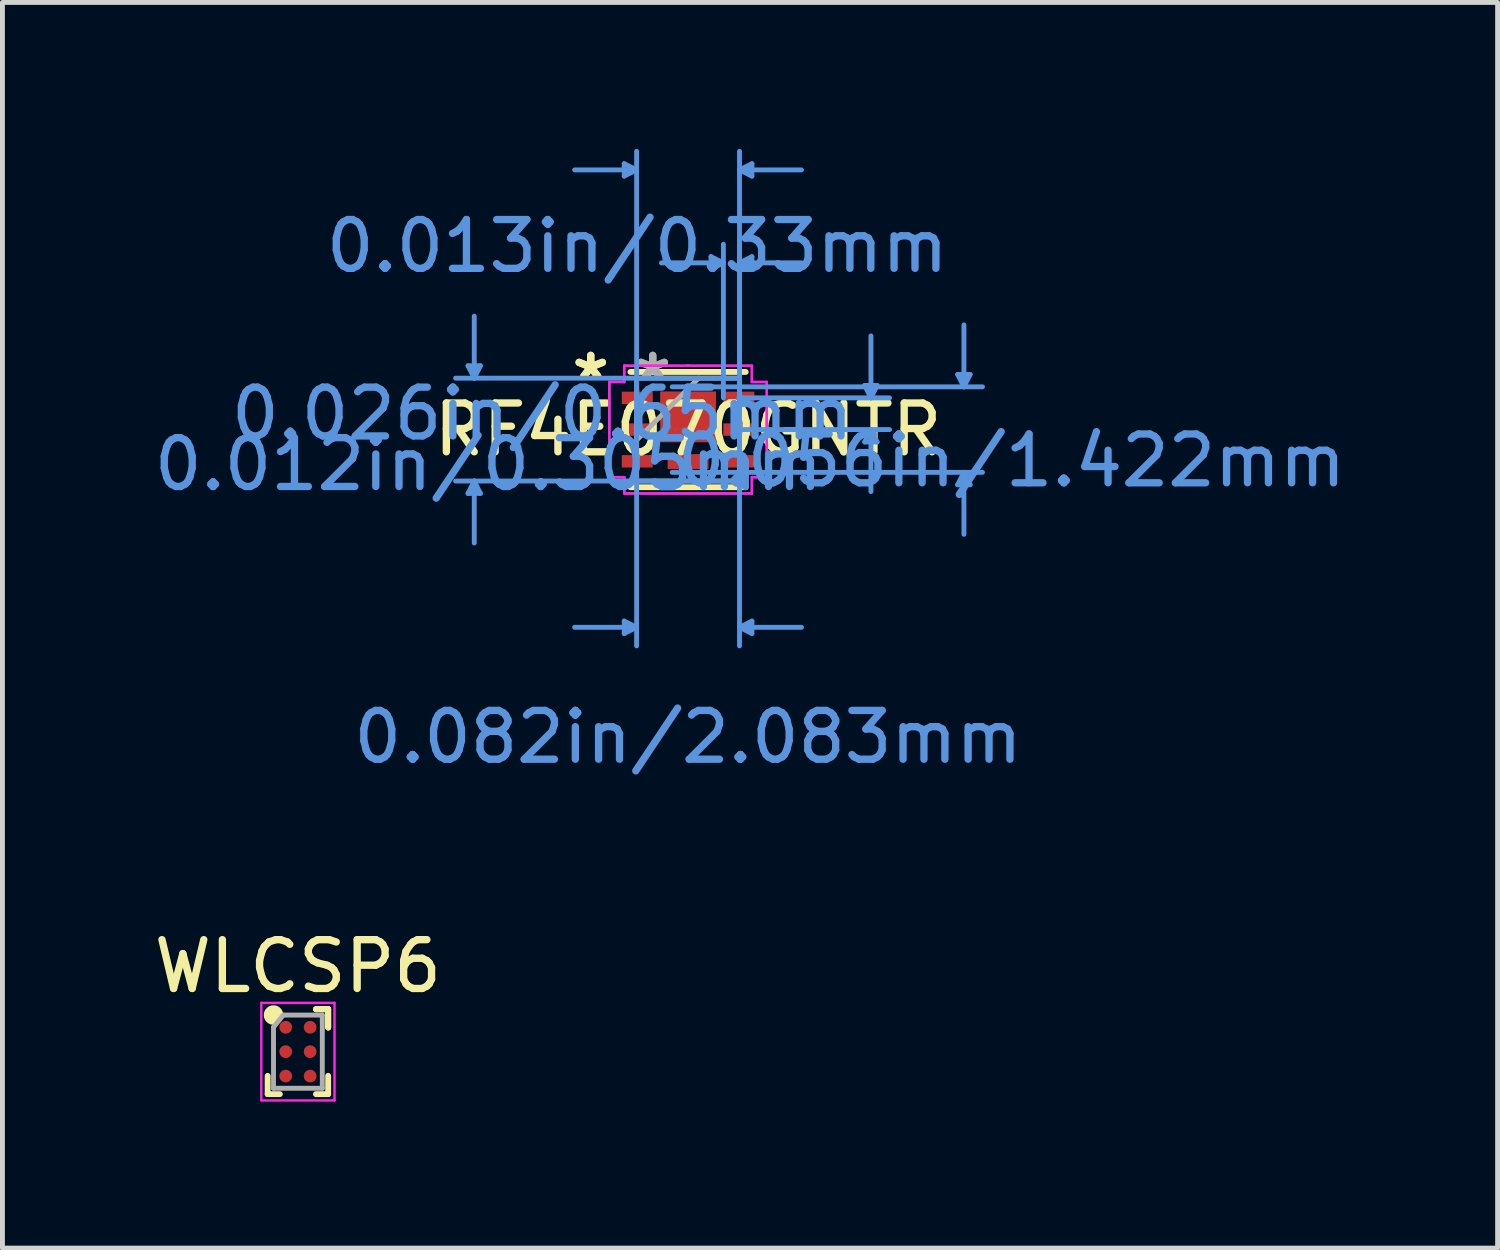
<source format=kicad_pcb>
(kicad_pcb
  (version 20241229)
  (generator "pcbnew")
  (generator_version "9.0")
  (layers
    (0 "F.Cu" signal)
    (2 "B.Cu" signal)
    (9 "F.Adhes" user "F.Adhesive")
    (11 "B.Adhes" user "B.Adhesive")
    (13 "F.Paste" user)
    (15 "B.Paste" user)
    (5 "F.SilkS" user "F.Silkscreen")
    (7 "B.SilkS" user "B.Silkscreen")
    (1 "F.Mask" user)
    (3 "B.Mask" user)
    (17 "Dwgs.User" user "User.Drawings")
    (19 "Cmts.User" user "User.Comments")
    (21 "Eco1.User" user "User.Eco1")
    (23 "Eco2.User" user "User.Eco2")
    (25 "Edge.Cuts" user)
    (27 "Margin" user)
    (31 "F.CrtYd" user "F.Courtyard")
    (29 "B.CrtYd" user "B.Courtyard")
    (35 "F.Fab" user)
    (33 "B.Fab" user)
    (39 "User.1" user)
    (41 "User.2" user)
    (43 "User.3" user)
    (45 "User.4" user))
  (footprint "RF4E070GNTR"
    (layer "F.Cu")
    (at 11.048 5.752)
    (property "Reference" "RF4E070GNTR" (at 0 0 0) (layer "F.SilkS") (effects (font (size 1 1) (thickness 0.15))))
    (attr through_hole)
    (fp_line (start -1.181 1.181) (end 1.181 1.181) (stroke (width 0.12) (type solid)) (layer "F.SilkS"))
    (fp_line (start 1.181 -1.181) (end -1.181 -1.181) (stroke (width 0.12) (type solid)) (layer "F.SilkS"))
    (fp_line (start -4.508 -1.308) (end -4.255 -1.308) (stroke (width 0.1) (type solid)) (layer "Cmts.User"))
    (fp_line (start -4.508 1.308) (end -4.255 1.308) (stroke (width 0.1) (type solid)) (layer "Cmts.User"))
    (fp_line (start -4.381 -1.054) (end -4.508 -1.308) (stroke (width 0.1) (type solid)) (layer "Cmts.User"))
    (fp_line (start -4.381 -1.054) (end -4.381 -2.324) (stroke (width 0.1) (type solid)) (layer "Cmts.User"))
    (fp_line (start -4.381 -1.054) (end -4.255 -1.308) (stroke (width 0.1) (type solid)) (layer "Cmts.User"))
    (fp_line (start -4.381 1.054) (end -4.508 1.308) (stroke (width 0.1) (type solid)) (layer "Cmts.User"))
    (fp_line (start -4.381 1.054) (end -4.381 2.324) (stroke (width 0.1) (type solid)) (layer "Cmts.User"))
    (fp_line (start -4.381 1.054) (end -4.255 1.308) (stroke (width 0.1) (type solid)) (layer "Cmts.User"))
    (fp_line (start -1.308 -5.448) (end -1.308 -5.194) (stroke (width 0.1) (type solid)) (layer "Cmts.User"))
    (fp_line (start -1.308 3.924) (end -1.308 4.178) (stroke (width 0.1) (type solid)) (layer "Cmts.User"))
    (fp_line (start -1.054 -5.321) (end -2.324 -5.321) (stroke (width 0.1) (type solid)) (layer "Cmts.User"))
    (fp_line (start -1.054 -5.321) (end -1.308 -5.448) (stroke (width 0.1) (type solid)) (layer "Cmts.User"))
    (fp_line (start -1.054 -5.321) (end -1.308 -5.194) (stroke (width 0.1) (type solid)) (layer "Cmts.User"))
    (fp_line (start -1.054 -1.054) (end -1.054 4.432) (stroke (width 0.1) (type solid)) (layer "Cmts.User"))
    (fp_line (start -1.054 -0.65) (end -1.054 -5.702) (stroke (width 0.1) (type solid)) (layer "Cmts.User"))
    (fp_line (start -1.054 4.051) (end -2.324 4.051) (stroke (width 0.1) (type solid)) (layer "Cmts.User"))
    (fp_line (start -1.054 4.051) (end -1.308 3.924) (stroke (width 0.1) (type solid)) (layer "Cmts.User"))
    (fp_line (start -1.054 4.051) (end -1.308 4.178) (stroke (width 0.1) (type solid)) (layer "Cmts.User"))
    (fp_line (start -0.325 -0.876) (end 6.032 -0.876) (stroke (width 0.1) (type solid)) (layer "Cmts.User"))
    (fp_line (start -0.325 0.876) (end 6.032 0.876) (stroke (width 0.1) (type solid)) (layer "Cmts.User"))
    (fp_line (start 0.47 -3.543) (end 0.47 -3.289) (stroke (width 0.1) (type solid)) (layer "Cmts.User"))
    (fp_line (start 0.724 -3.416) (end -0.546 -3.416) (stroke (width 0.1) (type solid)) (layer "Cmts.User"))
    (fp_line (start 0.724 -3.416) (end 0.47 -3.543) (stroke (width 0.1) (type solid)) (layer "Cmts.User"))
    (fp_line (start 0.724 -3.416) (end 0.47 -3.289) (stroke (width 0.1) (type solid)) (layer "Cmts.User"))
    (fp_line (start 0.724 -0.65) (end 0.724 -3.797) (stroke (width 0.1) (type solid)) (layer "Cmts.User"))
    (fp_line (start 1.041 -0.65) (end 4.128 -0.65) (stroke (width 0.1) (type solid)) (layer "Cmts.User"))
    (fp_line (start 1.041 0) (end 4.128 0) (stroke (width 0.1) (type solid)) (layer "Cmts.User"))
    (fp_line (start 1.054 -5.321) (end 1.308 -5.448) (stroke (width 0.1) (type solid)) (layer "Cmts.User"))
    (fp_line (start 1.054 -5.321) (end 1.308 -5.194) (stroke (width 0.1) (type solid)) (layer "Cmts.User"))
    (fp_line (start 1.054 -5.321) (end 2.324 -5.321) (stroke (width 0.1) (type solid)) (layer "Cmts.User"))
    (fp_line (start 1.054 -3.416) (end 1.308 -3.543) (stroke (width 0.1) (type solid)) (layer "Cmts.User"))
    (fp_line (start 1.054 -3.416) (end 1.308 -3.289) (stroke (width 0.1) (type solid)) (layer "Cmts.User"))
    (fp_line (start 1.054 -3.416) (end 2.324 -3.416) (stroke (width 0.1) (type solid)) (layer "Cmts.User"))
    (fp_line (start 1.054 -1.054) (end -4.763 -1.054) (stroke (width 0.1) (type solid)) (layer "Cmts.User"))
    (fp_line (start 1.054 -1.054) (end 1.054 4.432) (stroke (width 0.1) (type solid)) (layer "Cmts.User"))
    (fp_line (start 1.054 -0.65) (end 1.054 -5.702) (stroke (width 0.1) (type solid)) (layer "Cmts.User"))
    (fp_line (start 1.054 -0.65) (end 1.054 -3.797) (stroke (width 0.1) (type solid)) (layer "Cmts.User"))
    (fp_line (start 1.054 1.054) (end -4.763 1.054) (stroke (width 0.1) (type solid)) (layer "Cmts.User"))
    (fp_line (start 1.054 4.051) (end 1.308 3.924) (stroke (width 0.1) (type solid)) (layer "Cmts.User"))
    (fp_line (start 1.054 4.051) (end 1.308 4.178) (stroke (width 0.1) (type solid)) (layer "Cmts.User"))
    (fp_line (start 1.054 4.051) (end 2.324 4.051) (stroke (width 0.1) (type solid)) (layer "Cmts.User"))
    (fp_line (start 1.308 -5.448) (end 1.308 -5.194) (stroke (width 0.1) (type solid)) (layer "Cmts.User"))
    (fp_line (start 1.308 -3.543) (end 1.308 -3.289) (stroke (width 0.1) (type solid)) (layer "Cmts.User"))
    (fp_line (start 1.308 3.924) (end 1.308 4.178) (stroke (width 0.1) (type solid)) (layer "Cmts.User"))
    (fp_line (start 3.619 -0.904) (end 3.873 -0.904) (stroke (width 0.1) (type solid)) (layer "Cmts.User"))
    (fp_line (start 3.619 0.254) (end 3.873 0.254) (stroke (width 0.1) (type solid)) (layer "Cmts.User"))
    (fp_line (start 3.747 -0.65) (end 3.619 -0.904) (stroke (width 0.1) (type solid)) (layer "Cmts.User"))
    (fp_line (start 3.747 -0.65) (end 3.747 -1.92) (stroke (width 0.1) (type solid)) (layer "Cmts.User"))
    (fp_line (start 3.747 -0.65) (end 3.873 -0.904) (stroke (width 0.1) (type solid)) (layer "Cmts.User"))
    (fp_line (start 3.747 0) (end 3.619 0.254) (stroke (width 0.1) (type solid)) (layer "Cmts.User"))
    (fp_line (start 3.747 0) (end 3.747 1.27) (stroke (width 0.1) (type solid)) (layer "Cmts.User"))
    (fp_line (start 3.747 0) (end 3.873 0.254) (stroke (width 0.1) (type solid)) (layer "Cmts.User"))
    (fp_line (start 5.524 -1.13) (end 5.779 -1.13) (stroke (width 0.1) (type solid)) (layer "Cmts.User"))
    (fp_line (start 5.524 1.13) (end 5.779 1.13) (stroke (width 0.1) (type solid)) (layer "Cmts.User"))
    (fp_line (start 5.652 -0.876) (end 5.524 -1.13) (stroke (width 0.1) (type solid)) (layer "Cmts.User"))
    (fp_line (start 5.652 -0.876) (end 5.652 -2.146) (stroke (width 0.1) (type solid)) (layer "Cmts.User"))
    (fp_line (start 5.652 -0.876) (end 5.779 -1.13) (stroke (width 0.1) (type solid)) (layer "Cmts.User"))
    (fp_line (start 5.652 0.876) (end 5.524 1.13) (stroke (width 0.1) (type solid)) (layer "Cmts.User"))
    (fp_line (start 5.652 0.876) (end 5.652 2.146) (stroke (width 0.1) (type solid)) (layer "Cmts.User"))
    (fp_line (start 5.652 0.876) (end 5.779 1.13) (stroke (width 0.1) (type solid)) (layer "Cmts.User"))
    (fp_line (start -1.613 -0.975) (end -1.308 -0.975) (stroke (width 0.05) (type solid)) (layer "F.CrtYd"))
    (fp_line (start -1.613 -0.975) (end -1.308 -0.975) (stroke (width 0.05) (type solid)) (layer "F.CrtYd"))
    (fp_line (start -1.613 0.975) (end -1.613 -0.975) (stroke (width 0.05) (type solid)) (layer "F.CrtYd"))
    (fp_line (start -1.613 0.975) (end -1.613 -0.975) (stroke (width 0.05) (type solid)) (layer "F.CrtYd"))
    (fp_line (start -1.308 -1.308) (end 0 -1.308) (stroke (width 0.05) (type solid)) (layer "F.CrtYd"))
    (fp_line (start -1.308 -1.308) (end 0 -1.308) (stroke (width 0.05) (type solid)) (layer "F.CrtYd"))
    (fp_line (start -1.308 -0.975) (end -1.308 -1.308) (stroke (width 0.05) (type solid)) (layer "F.CrtYd"))
    (fp_line (start -1.308 -0.975) (end -1.308 -1.308) (stroke (width 0.05) (type solid)) (layer "F.CrtYd"))
    (fp_line (start -1.308 0.975) (end -1.613 0.975) (stroke (width 0.05) (type solid)) (layer "F.CrtYd"))
    (fp_line (start -1.308 0.975) (end -1.613 0.975) (stroke (width 0.05) (type solid)) (layer "F.CrtYd"))
    (fp_line (start -1.308 1.308) (end -1.308 0.975) (stroke (width 0.05) (type solid)) (layer "F.CrtYd"))
    (fp_line (start -1.308 1.308) (end -1.308 0.975) (stroke (width 0.05) (type solid)) (layer "F.CrtYd"))
    (fp_line (start 0 -1.308) (end 0 -1.308) (stroke (width 0.05) (type solid)) (layer "F.CrtYd"))
    (fp_line (start 0 -1.308) (end 0 -1.308) (stroke (width 0.05) (type solid)) (layer "F.CrtYd"))
    (fp_line (start 0 -1.308) (end 0 -1.308) (stroke (width 0.05) (type solid)) (layer "F.CrtYd"))
    (fp_line (start 0 -1.308) (end 0 -1.308) (stroke (width 0.05) (type solid)) (layer "F.CrtYd"))
    (fp_line (start 0 -1.308) (end 0 -1.308) (stroke (width 0.05) (type solid)) (layer "F.CrtYd"))
    (fp_line (start 0 -1.308) (end 0 -1.308) (stroke (width 0.05) (type solid)) (layer "F.CrtYd"))
    (fp_line (start 0 -1.308) (end 1.308 -1.308) (stroke (width 0.05) (type solid)) (layer "F.CrtYd"))
    (fp_line (start 0 -1.308) (end 1.308 -1.308) (stroke (width 0.05) (type solid)) (layer "F.CrtYd"))
    (fp_line (start 0 1.308) (end -1.308 1.308) (stroke (width 0.05) (type solid)) (layer "F.CrtYd"))
    (fp_line (start 0 1.308) (end -1.308 1.308) (stroke (width 0.05) (type solid)) (layer "F.CrtYd"))
    (fp_line (start 0 1.308) (end 0 1.308) (stroke (width 0.05) (type solid)) (layer "F.CrtYd"))
    (fp_line (start 0 1.308) (end 0 1.308) (stroke (width 0.05) (type solid)) (layer "F.CrtYd"))
    (fp_line (start 0 1.308) (end 0 1.308) (stroke (width 0.05) (type solid)) (layer "F.CrtYd"))
    (fp_line (start 0 1.308) (end 0 1.308) (stroke (width 0.05) (type solid)) (layer "F.CrtYd"))
    (fp_line (start 0 1.308) (end 0 1.308) (stroke (width 0.05) (type solid)) (layer "F.CrtYd"))
    (fp_line (start 0 1.308) (end 0 1.308) (stroke (width 0.05) (type solid)) (layer "F.CrtYd"))
    (fp_line (start 1.308 -1.308) (end 1.308 -0.975) (stroke (width 0.05) (type solid)) (layer "F.CrtYd"))
    (fp_line (start 1.308 -1.308) (end 1.308 -0.975) (stroke (width 0.05) (type solid)) (layer "F.CrtYd"))
    (fp_line (start 1.308 -0.975) (end 1.613 -0.975) (stroke (width 0.05) (type solid)) (layer "F.CrtYd"))
    (fp_line (start 1.308 -0.975) (end 1.613 -0.975) (stroke (width 0.05) (type solid)) (layer "F.CrtYd"))
    (fp_line (start 1.308 0.975) (end 1.308 1.308) (stroke (width 0.05) (type solid)) (layer "F.CrtYd"))
    (fp_line (start 1.308 0.975) (end 1.308 1.308) (stroke (width 0.05) (type solid)) (layer "F.CrtYd"))
    (fp_line (start 1.308 1.308) (end 0 1.308) (stroke (width 0.05) (type solid)) (layer "F.CrtYd"))
    (fp_line (start 1.308 1.308) (end 0 1.308) (stroke (width 0.05) (type solid)) (layer "F.CrtYd"))
    (fp_line (start 1.613 -0.975) (end 1.613 0.975) (stroke (width 0.05) (type solid)) (layer "F.CrtYd"))
    (fp_line (start 1.613 -0.975) (end 1.613 0.975) (stroke (width 0.05) (type solid)) (layer "F.CrtYd"))
    (fp_line (start 1.613 0.975) (end 1.308 0.975) (stroke (width 0.05) (type solid)) (layer "F.CrtYd"))
    (fp_line (start 1.613 0.975) (end 1.308 0.975) (stroke (width 0.05) (type solid)) (layer "F.CrtYd"))
    (fp_line (start -1.054 -1.054) (end -1.054 -1.054) (stroke (width 0.1) (type solid)) (layer "F.Fab"))
    (fp_line (start -1.054 -1.054) (end -1.054 1.054) (stroke (width 0.1) (type solid)) (layer "F.Fab"))
    (fp_line (start -1.054 -0.802) (end -1.054 -0.802) (stroke (width 0.1) (type solid)) (layer "F.Fab"))
    (fp_line (start -1.054 -0.802) (end -1.054 -0.498) (stroke (width 0.1) (type solid)) (layer "F.Fab"))
    (fp_line (start -1.054 -0.498) (end -1.054 -0.802) (stroke (width 0.1) (type solid)) (layer "F.Fab"))
    (fp_line (start -1.054 -0.498) (end -1.054 -0.498) (stroke (width 0.1) (type solid)) (layer "F.Fab"))
    (fp_line (start -1.054 -0.152) (end -1.054 -0.152) (stroke (width 0.1) (type solid)) (layer "F.Fab"))
    (fp_line (start -1.054 -0.152) (end -1.054 0.152) (stroke (width 0.1) (type solid)) (layer "F.Fab"))
    (fp_line (start -1.054 0.152) (end -1.054 -0.152) (stroke (width 0.1) (type solid)) (layer "F.Fab"))
    (fp_line (start -1.054 0.152) (end -1.054 0.152) (stroke (width 0.1) (type solid)) (layer "F.Fab"))
    (fp_line (start -1.054 0.216) (end 0.216 -1.054) (stroke (width 0.1) (type solid)) (layer "F.Fab"))
    (fp_line (start -1.054 0.498) (end -1.054 0.498) (stroke (width 0.1) (type solid)) (layer "F.Fab"))
    (fp_line (start -1.054 0.498) (end -1.054 0.802) (stroke (width 0.1) (type solid)) (layer "F.Fab"))
    (fp_line (start -1.054 0.802) (end -1.054 0.498) (stroke (width 0.1) (type solid)) (layer "F.Fab"))
    (fp_line (start -1.054 0.802) (end -1.054 0.802) (stroke (width 0.1) (type solid)) (layer "F.Fab"))
    (fp_line (start -1.054 1.054) (end -1.054 1.054) (stroke (width 0.1) (type solid)) (layer "F.Fab"))
    (fp_line (start -1.054 1.054) (end 1.054 1.054) (stroke (width 0.1) (type solid)) (layer "F.Fab"))
    (fp_line (start 1.054 -1.054) (end -1.054 -1.054) (stroke (width 0.1) (type solid)) (layer "F.Fab"))
    (fp_line (start 1.054 -1.054) (end 1.054 -1.054) (stroke (width 0.1) (type solid)) (layer "F.Fab"))
    (fp_line (start 1.054 -0.802) (end 1.054 -0.802) (stroke (width 0.1) (type solid)) (layer "F.Fab"))
    (fp_line (start 1.054 -0.802) (end 1.054 -0.498) (stroke (width 0.1) (type solid)) (layer "F.Fab"))
    (fp_line (start 1.054 -0.498) (end 1.054 -0.802) (stroke (width 0.1) (type solid)) (layer "F.Fab"))
    (fp_line (start 1.054 -0.498) (end 1.054 -0.498) (stroke (width 0.1) (type solid)) (layer "F.Fab"))
    (fp_line (start 1.054 -0.152) (end 1.054 -0.152) (stroke (width 0.1) (type solid)) (layer "F.Fab"))
    (fp_line (start 1.054 -0.152) (end 1.054 0.152) (stroke (width 0.1) (type solid)) (layer "F.Fab"))
    (fp_line (start 1.054 0.152) (end 1.054 -0.152) (stroke (width 0.1) (type solid)) (layer "F.Fab"))
    (fp_line (start 1.054 0.152) (end 1.054 0.152) (stroke (width 0.1) (type solid)) (layer "F.Fab"))
    (fp_line (start 1.054 0.498) (end 1.054 0.498) (stroke (width 0.1) (type solid)) (layer "F.Fab"))
    (fp_line (start 1.054 0.498) (end 1.054 0.802) (stroke (width 0.1) (type solid)) (layer "F.Fab"))
    (fp_line (start 1.054 0.802) (end 1.054 0.498) (stroke (width 0.1) (type solid)) (layer "F.Fab"))
    (fp_line (start 1.054 0.802) (end 1.054 0.802) (stroke (width 0.1) (type solid)) (layer "F.Fab"))
    (fp_line (start 1.054 1.054) (end 1.054 -1.054) (stroke (width 0.1) (type solid)) (layer "F.Fab"))
    (fp_line (start 1.054 1.054) (end 1.054 1.054) (stroke (width 0.1) (type solid)) (layer "F.Fab"))
    (fp_text user "*" (at -1.994 -0.975 0) (layer "F.SilkS") (effects (font (size 1 1) (thickness 0.15))))
    (fp_text user "*" (at -1.994 -0.975 0) (layer "F.SilkS") (effects (font (size 1 1) (thickness 0.15))))
    (fp_text user "0.013in/0.33mm" (at -1.041 -3.759 0) (layer "Cmts.User") (effects (font (size 1 1) (thickness 0.15))))
    (fp_text user "Copyright 2021 Accelerated Designs. All rights reserved." (at 0 0 0) (layer "Cmts.User") (effects (font (size 0.127 0.127) (thickness 0.002))))
    (fp_text user "0.056in/1.422mm" (at 6.629 0.635 0) (layer "Cmts.User") (effects (font (size 1 1) (thickness 0.15))))
    (fp_text user "0.012in/0.305mm" (at -4.089 0.711 0) (layer "Cmts.User") (effects (font (size 1 1) (thickness 0.15))))
    (fp_text user "0.026in/0.65mm" (at -2.985 -0.325 0) (layer "Cmts.User") (effects (font (size 1 1) (thickness 0.15))))
    (fp_text user "0.082in/2.083mm" (at 0 6.299 0) (layer "Cmts.User") (effects (font (size 1 1) (thickness 0.15))))
    (fp_text user "*" (at -0.724 -0.975 0) (layer "F.Fab") (effects (font (size 1 1) (thickness 0.15))))
    (fp_text user "*" (at -0.724 -0.975 0) (layer "F.Fab") (effects (font (size 1 1) (thickness 0.15))))
    (pad "1" smd rect (at -1.041 -0.65 90) (size 0.254 0.635) (layers "F.Cu" "F.Mask" "F.Paste"))
    (pad "2" smd rect (at -1.041 0 90) (size 0.254 0.635) (layers "F.Cu" "F.Mask" "F.Paste"))
    (pad "3" smd rect (at -1.041 0.65 90) (size 0.254 0.635) (layers "F.Cu" "F.Mask" "F.Paste"))
    (pad "4" smd rect (at 1.041 0.65 90) (size 0.254 0.635) (layers "F.Cu" "F.Mask" "F.Paste"))
    (pad "5" smd rect (at 1.041 0 90) (size 0.254 0.635) (layers "F.Cu" "F.Mask" "F.Paste"))
    (pad "6" smd rect (at 1.041 -0.65 90) (size 0.254 0.635) (layers "F.Cu" "F.Mask" "F.Paste"))
    (pad "7" smd rect (at 0 -0.261) (size 1.143 1.041) (layers "F.Cu" "F.Mask" "F.Paste"))
    (pad "8" smd rect (at 0 0.655) (size 0.838 0.305) (layers "F.Cu" "F.Mask" "F.Paste")))
  (footprint "WLCSP6"
    (layer "F.Cu")
    (at 3.054 18.498)
    (property "Reference" "WLCSP6" (at 0 -1.75 0) (layer "F.SilkS") (effects (font (size 1 1) (thickness 0.15))))
    (attr through_hole)
    (fp_line (start -0.62 0.87) (end -0.62 0.495) (stroke (width 0.12) (type solid)) (layer "F.SilkS"))
    (fp_line (start -0.37 0.87) (end -0.62 0.87) (stroke (width 0.12) (type solid)) (layer "F.SilkS"))
    (fp_line (start 0.37 -0.87) (end 0.62 -0.87) (stroke (width 0.12) (type solid)) (layer "F.SilkS"))
    (fp_line (start 0.37 -0.87) (end 0.62 -0.87) (stroke (width 0.12) (type solid)) (layer "F.SilkS"))
    (fp_line (start 0.37 -0.87) (end 0.62 -0.87) (stroke (width 0.12) (type solid)) (layer "F.SilkS"))
    (fp_line (start 0.37 0.87) (end 0.62 0.87) (stroke (width 0.12) (type solid)) (layer "F.SilkS"))
    (fp_line (start 0.62 -0.87) (end 0.62 -0.495) (stroke (width 0.12) (type solid)) (layer "F.SilkS"))
    (fp_line (start 0.62 -0.87) (end 0.62 -0.495) (stroke (width 0.12) (type solid)) (layer "F.SilkS"))
    (fp_line (start 0.62 -0.87) (end 0.62 -0.495) (stroke (width 0.12) (type solid)) (layer "F.SilkS"))
    (fp_line (start 0.62 0.87) (end 0.62 0.495) (stroke (width 0.12) (type solid)) (layer "F.SilkS"))
    (fp_circle (center -0.5 -0.75) (end -0.5 -0.65) (stroke (width 0.2) (type solid)) (fill no) (layer "F.SilkS"))
    (fp_line (start -0.75 -1) (end 0.75 -1) (stroke (width 0.05) (type solid)) (layer "F.CrtYd"))
    (fp_line (start -0.75 1) (end -0.75 -1) (stroke (width 0.05) (type solid)) (layer "F.CrtYd"))
    (fp_line (start 0.75 -1) (end 0.75 1) (stroke (width 0.05) (type solid)) (layer "F.CrtYd"))
    (fp_line (start 0.75 1) (end -0.75 1) (stroke (width 0.05) (type solid)) (layer "F.CrtYd"))
    (fp_line (start -0.5 -0.5) (end -0.5 0.75) (stroke (width 0.1) (type solid)) (layer "F.Fab"))
    (fp_line (start -0.5 0.75) (end 0.5 0.75) (stroke (width 0.1) (type solid)) (layer "F.Fab"))
    (fp_line (start -0.3 -0.75) (end -0.5 -0.5) (stroke (width 0.1) (type solid)) (layer "F.Fab"))
    (fp_line (start 0.5 -0.75) (end -0.3 -0.75) (stroke (width 0.1) (type solid)) (layer "F.Fab"))
    (fp_line (start 0.5 0.75) (end 0.5 -0.75) (stroke (width 0.1) (type solid)) (layer "F.Fab"))
    (pad "A1" smd circle (at -0.25 -0.5) (size 0.26 0.26) (layers "F.Cu" "F.Mask" "F.Paste"))
    (pad "A2" smd circle (at 0.25 -0.5) (size 0.26 0.26) (layers "F.Cu" "F.Mask" "F.Paste"))
    (pad "B1" smd circle (at -0.25 0) (size 0.26 0.26) (layers "F.Cu" "F.Mask" "F.Paste"))
    (pad "B2" smd circle (at 0.25 0) (size 0.26 0.26) (layers "F.Cu" "F.Mask" "F.Paste"))
    (pad "C1" smd circle (at -0.25 0.5) (size 0.26 0.26) (layers "F.Cu" "F.Mask" "F.Paste"))
    (pad "C2" smd circle (at 0.25 0.5) (size 0.26 0.26) (layers "F.Cu" "F.Mask" "F.Paste")))
  (gr_rect
    (start -3 -3)
    (end 27.635 22.523)
    (stroke (width 0.1) (type default))
    (fill no)
    (layer "Edge.Cuts")))
</source>
